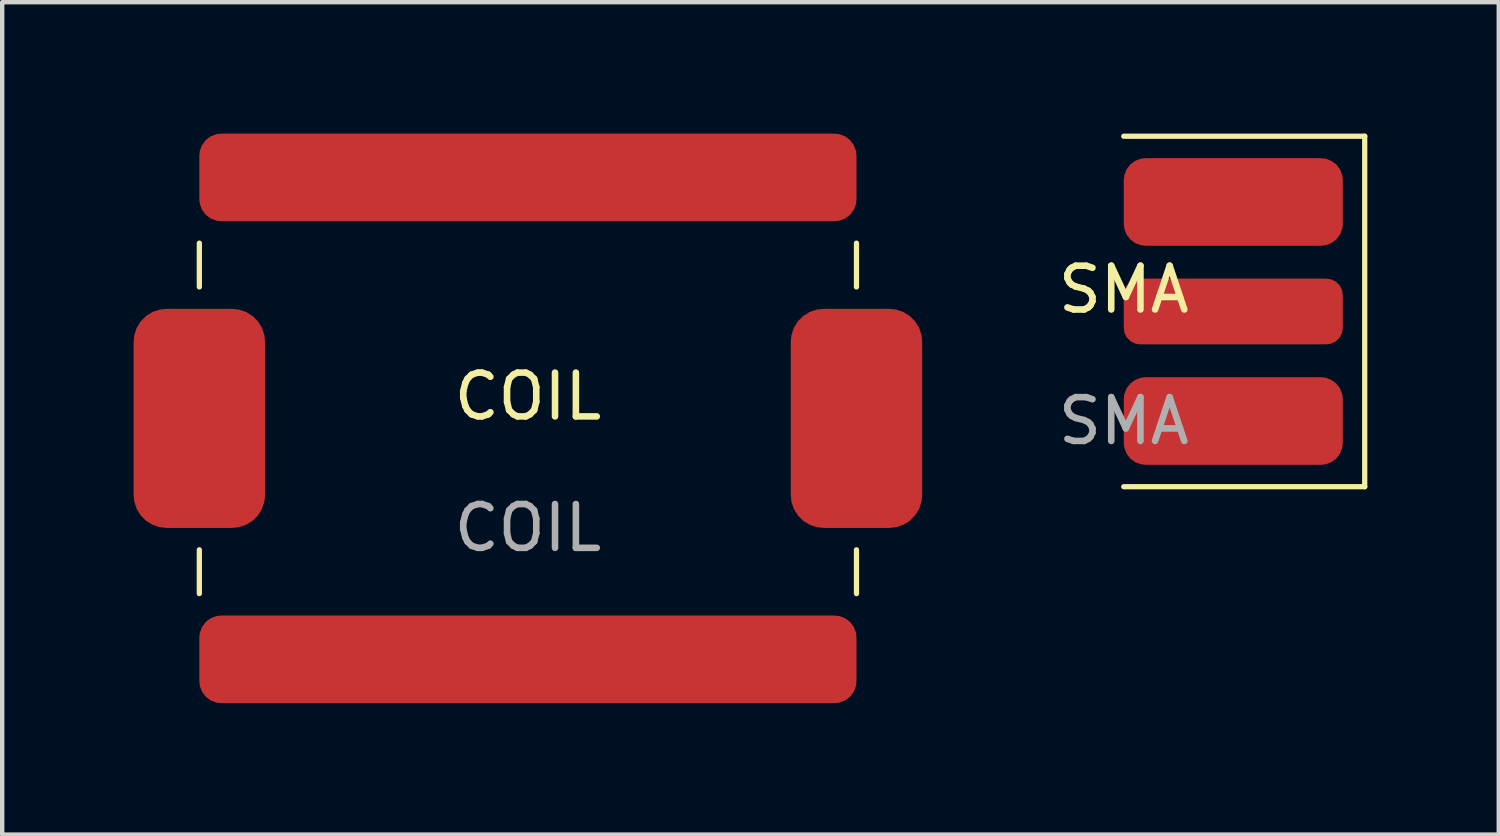
<source format=kicad_pcb>
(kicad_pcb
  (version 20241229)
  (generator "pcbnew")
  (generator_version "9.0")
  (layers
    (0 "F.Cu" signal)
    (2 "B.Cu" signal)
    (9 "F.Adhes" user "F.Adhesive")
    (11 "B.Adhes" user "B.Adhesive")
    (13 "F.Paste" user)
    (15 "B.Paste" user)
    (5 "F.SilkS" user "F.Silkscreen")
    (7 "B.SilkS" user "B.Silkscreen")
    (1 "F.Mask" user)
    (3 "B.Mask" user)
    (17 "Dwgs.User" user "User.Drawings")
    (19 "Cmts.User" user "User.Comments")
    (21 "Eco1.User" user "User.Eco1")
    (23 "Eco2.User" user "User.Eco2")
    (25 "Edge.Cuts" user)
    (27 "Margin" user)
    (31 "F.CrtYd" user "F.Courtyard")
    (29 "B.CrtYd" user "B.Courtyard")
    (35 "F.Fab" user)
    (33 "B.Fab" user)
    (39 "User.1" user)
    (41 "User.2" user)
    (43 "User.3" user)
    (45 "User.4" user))
  (footprint "COIL"
    (layer "F.Cu")
    (at 9 6.5)
    (property "Reference" "COIL" (at 0 -0.5 0) (unlocked yes) (layer "F.SilkS") (effects (font (size 1 1) (thickness 0.15))))
    (attr smd)
    (fp_line (start -7.5 -4) (end -7.5 -3) (stroke (width 0.12) (type solid)) (layer "F.SilkS"))
    (fp_line (start -7.5 3) (end -7.5 4) (stroke (width 0.12) (type solid)) (layer "F.SilkS"))
    (fp_line (start 7.5 -4) (end 7.5 -3) (stroke (width 0.12) (type solid)) (layer "F.SilkS"))
    (fp_line (start 7.5 3) (end 7.5 4) (stroke (width 0.12) (type solid)) (layer "F.SilkS"))
    (fp_text user "${REFERENCE}" (at 0 2.5 0) (unlocked yes) (layer "F.Fab") (effects (font (size 1 1) (thickness 0.15))))
    (pad "1" smd roundrect (at -7.5 0) (size 3 5) (layers "F.Cu" "F.Mask" "F.Paste") (roundrect_rratio 0.25))
    (pad "2" smd roundrect (at 7.5 0) (size 3 5) (layers "F.Cu" "F.Mask" "F.Paste") (roundrect_rratio 0.25))
    (pad "3" smd roundrect (at 0 -5.5) (size 15 2) (layers "F.Cu" "F.Mask" "F.Paste") (roundrect_rratio 0.25))
    (pad "3" smd roundrect (at 0 5.5) (size 15 2) (layers "F.Cu" "F.Mask" "F.Paste") (roundrect_rratio 0.25)))
  (footprint "SMA"
    (layer "F.Cu")
    (at 22.601 4.06)
    (property "Reference" "SMA" (at 0 -0.5 0) (unlocked yes) (layer "F.SilkS") (effects (font (size 1 1) (thickness 0.15))))
    (attr smd)
    (fp_line (start 0 -4) (end 5.5 -4) (stroke (width 0.12) (type solid)) (layer "F.SilkS"))
    (fp_line (start 5.5 -4) (end 5.5 4) (stroke (width 0.12) (type solid)) (layer "F.SilkS"))
    (fp_line (start 5.5 4) (end 0 4) (stroke (width 0.12) (type solid)) (layer "F.SilkS"))
    (fp_text user "${REFERENCE}" (at 0 2.5 0) (unlocked yes) (layer "F.Fab") (effects (font (size 1 1) (thickness 0.15))))
    (pad "1" smd roundrect (at 2.5 0) (size 5 1.5) (layers "F.Cu" "F.Mask" "F.Paste") (roundrect_rratio 0.25))
    (pad "2" smd roundrect (at 2.5 -2.5) (size 5 2) (layers "F.Cu" "F.Mask" "F.Paste") (roundrect_rratio 0.25))
    (pad "2" smd roundrect (at 2.5 2.5) (size 5 2) (layers "F.Cu" "F.Mask" "F.Paste") (roundrect_rratio 0.25)))
  (gr_rect
    (start -3 -3)
    (end 31.161 16)
    (stroke (width 0.1) (type default))
    (fill no)
    (layer "Edge.Cuts")))
</source>
